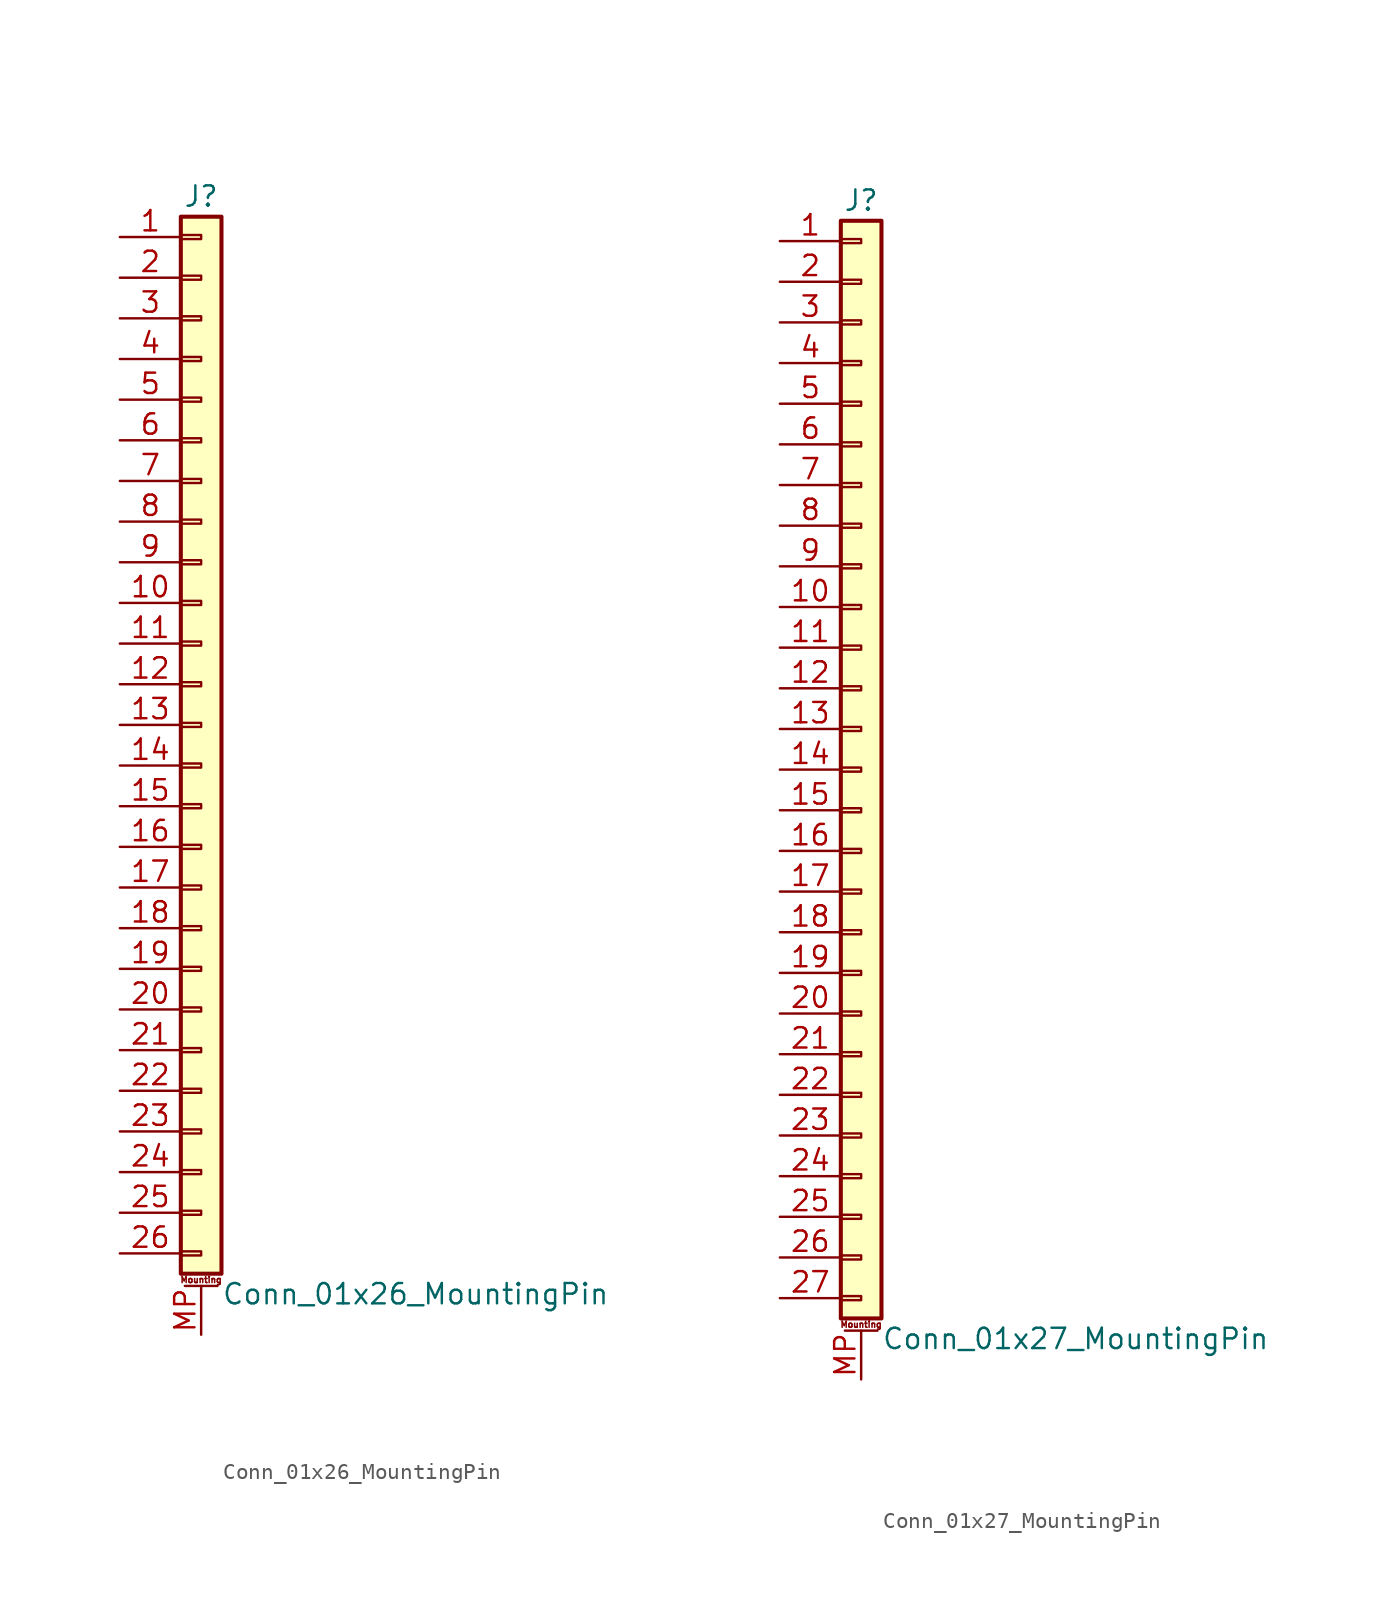
<source format=kicad_sym>
(kicad_symbol_lib
  (version 20201005)
  (generator kicad_symbol_editor)
  (symbol "Conn_01x26_MountingPin"
    (pin_names
      (offset 1.016) hide)
    (property "Reference" "J"
      (at 0 33.02 0)
      (effects (font (size 1.27 1.27))))
    (property "Value" "Conn_01x26_MountingPin"
      (at 1.27 -35.56 0)
      (effects (font (size 1.27 1.27)) (justify left)))
    (symbol "Conn_01x26_MountingPin_1_1"
      (text "Mounting" (at 0 -34.671 0) (effects (font (size 0.381 0.381))))
      (rectangle (start -1.27 -32.893) (end 0 -33.147) (stroke (width 0.152)) (fill (type none)))
      (rectangle (start -1.27 -30.353) (end 0 -30.607) (stroke (width 0.152)) (fill (type none)))
      (rectangle (start -1.27 -27.813) (end 0 -28.067) (stroke (width 0.152)) (fill (type none)))
      (rectangle (start -1.27 -25.273) (end 0 -25.527) (stroke (width 0.152)) (fill (type none)))
      (rectangle (start -1.27 -22.733) (end 0 -22.987) (stroke (width 0.152)) (fill (type none)))
      (rectangle (start -1.27 -20.193) (end 0 -20.447) (stroke (width 0.152)) (fill (type none)))
      (rectangle (start -1.27 -17.653) (end 0 -17.907) (stroke (width 0.152)) (fill (type none)))
      (rectangle (start -1.27 -15.113) (end 0 -15.367) (stroke (width 0.152)) (fill (type none)))
      (rectangle (start -1.27 -12.573) (end 0 -12.827) (stroke (width 0.152)) (fill (type none)))
      (rectangle (start -1.27 -10.033) (end 0 -10.287) (stroke (width 0.152)) (fill (type none)))
      (rectangle (start -1.27 -7.493) (end 0 -7.747) (stroke (width 0.152)) (fill (type none)))
      (rectangle (start -1.27 -4.953) (end 0 -5.207) (stroke (width 0.152)) (fill (type none)))
      (rectangle (start -1.27 -2.413) (end 0 -2.667) (stroke (width 0.152)) (fill (type none)))
      (rectangle (start -1.27 0.127) (end 0 -0.127) (stroke (width 0.152)) (fill (type none)))
      (rectangle (start -1.27 2.667) (end 0 2.413) (stroke (width 0.152)) (fill (type none)))
      (rectangle (start -1.27 5.207) (end 0 4.953) (stroke (width 0.152)) (fill (type none)))
      (rectangle (start -1.27 7.747) (end 0 7.493) (stroke (width 0.152)) (fill (type none)))
      (rectangle (start -1.27 10.287) (end 0 10.033) (stroke (width 0.152)) (fill (type none)))
      (rectangle (start -1.27 12.827) (end 0 12.573) (stroke (width 0.152)) (fill (type none)))
      (rectangle (start -1.27 15.367) (end 0 15.113) (stroke (width 0.152)) (fill (type none)))
      (rectangle (start -1.27 17.907) (end 0 17.653) (stroke (width 0.152)) (fill (type none)))
      (rectangle (start -1.27 20.447) (end 0 20.193) (stroke (width 0.152)) (fill (type none)))
      (rectangle (start -1.27 22.987) (end 0 22.733) (stroke (width 0.152)) (fill (type none)))
      (rectangle (start -1.27 25.527) (end 0 25.273) (stroke (width 0.152)) (fill (type none)))
      (rectangle (start -1.27 28.067) (end 0 27.813) (stroke (width 0.152)) (fill (type none)))
      (rectangle (start -1.27 30.607) (end 0 30.353) (stroke (width 0.152)) (fill (type none)))
      (rectangle (start -1.27 31.75) (end 1.27 -34.29) (stroke (width 0.254)) (fill (type background)))
      (polyline (pts (xy -1.016 -35.052) (xy 1.016 -35.052)) (stroke (width 0.152)) (fill (type none)))
      (pin passive line (at -5.08 30.48 0) (length 3.81) (name "Pin_1" (effects (font (size 1.27 1.27)))) (number "1" (effects (font (size 1.27 1.27)))))
      (pin passive line (at -5.08 7.62 0) (length 3.81) (name "Pin_10" (effects (font (size 1.27 1.27)))) (number "10" (effects (font (size 1.27 1.27)))))
      (pin passive line (at -5.08 5.08 0) (length 3.81) (name "Pin_11" (effects (font (size 1.27 1.27)))) (number "11" (effects (font (size 1.27 1.27)))))
      (pin passive line (at -5.08 2.54 0) (length 3.81) (name "Pin_12" (effects (font (size 1.27 1.27)))) (number "12" (effects (font (size 1.27 1.27)))))
      (pin passive line (at -5.08 0 0) (length 3.81) (name "Pin_13" (effects (font (size 1.27 1.27)))) (number "13" (effects (font (size 1.27 1.27)))))
      (pin passive line (at -5.08 -2.54 0) (length 3.81) (name "Pin_14" (effects (font (size 1.27 1.27)))) (number "14" (effects (font (size 1.27 1.27)))))
      (pin passive line (at -5.08 -5.08 0) (length 3.81) (name "Pin_15" (effects (font (size 1.27 1.27)))) (number "15" (effects (font (size 1.27 1.27)))))
      (pin passive line (at -5.08 -7.62 0) (length 3.81) (name "Pin_16" (effects (font (size 1.27 1.27)))) (number "16" (effects (font (size 1.27 1.27)))))
      (pin passive line (at -5.08 -10.16 0) (length 3.81) (name "Pin_17" (effects (font (size 1.27 1.27)))) (number "17" (effects (font (size 1.27 1.27)))))
      (pin passive line (at -5.08 -12.7 0) (length 3.81) (name "Pin_18" (effects (font (size 1.27 1.27)))) (number "18" (effects (font (size 1.27 1.27)))))
      (pin passive line (at -5.08 -15.24 0) (length 3.81) (name "Pin_19" (effects (font (size 1.27 1.27)))) (number "19" (effects (font (size 1.27 1.27)))))
      (pin passive line (at -5.08 27.94 0) (length 3.81) (name "Pin_2" (effects (font (size 1.27 1.27)))) (number "2" (effects (font (size 1.27 1.27)))))
      (pin passive line (at -5.08 -17.78 0) (length 3.81) (name "Pin_20" (effects (font (size 1.27 1.27)))) (number "20" (effects (font (size 1.27 1.27)))))
      (pin passive line (at -5.08 -20.32 0) (length 3.81) (name "Pin_21" (effects (font (size 1.27 1.27)))) (number "21" (effects (font (size 1.27 1.27)))))
      (pin passive line (at -5.08 -22.86 0) (length 3.81) (name "Pin_22" (effects (font (size 1.27 1.27)))) (number "22" (effects (font (size 1.27 1.27)))))
      (pin passive line (at -5.08 -25.4 0) (length 3.81) (name "Pin_23" (effects (font (size 1.27 1.27)))) (number "23" (effects (font (size 1.27 1.27)))))
      (pin passive line (at -5.08 -27.94 0) (length 3.81) (name "Pin_24" (effects (font (size 1.27 1.27)))) (number "24" (effects (font (size 1.27 1.27)))))
      (pin passive line (at -5.08 -30.48 0) (length 3.81) (name "Pin_25" (effects (font (size 1.27 1.27)))) (number "25" (effects (font (size 1.27 1.27)))))
      (pin passive line (at -5.08 -33.02 0) (length 3.81) (name "Pin_26" (effects (font (size 1.27 1.27)))) (number "26" (effects (font (size 1.27 1.27)))))
      (pin passive line (at -5.08 25.4 0) (length 3.81) (name "Pin_3" (effects (font (size 1.27 1.27)))) (number "3" (effects (font (size 1.27 1.27)))))
      (pin passive line (at -5.08 22.86 0) (length 3.81) (name "Pin_4" (effects (font (size 1.27 1.27)))) (number "4" (effects (font (size 1.27 1.27)))))
      (pin passive line (at -5.08 20.32 0) (length 3.81) (name "Pin_5" (effects (font (size 1.27 1.27)))) (number "5" (effects (font (size 1.27 1.27)))))
      (pin passive line (at -5.08 17.78 0) (length 3.81) (name "Pin_6" (effects (font (size 1.27 1.27)))) (number "6" (effects (font (size 1.27 1.27)))))
      (pin passive line (at -5.08 15.24 0) (length 3.81) (name "Pin_7" (effects (font (size 1.27 1.27)))) (number "7" (effects (font (size 1.27 1.27)))))
      (pin passive line (at -5.08 12.7 0) (length 3.81) (name "Pin_8" (effects (font (size 1.27 1.27)))) (number "8" (effects (font (size 1.27 1.27)))))
      (pin passive line (at -5.08 10.16 0) (length 3.81) (name "Pin_9" (effects (font (size 1.27 1.27)))) (number "9" (effects (font (size 1.27 1.27)))))
      (pin passive line (at 0 -38.1 90) (length 3.048) (name "MountPin" (effects (font (size 1.27 1.27)))) (number "MP" (effects (font (size 1.27 1.27)))))))
  (symbol "Conn_01x27_MountingPin"
    (pin_names
      (offset 1.016) hide)
    (property "Reference" "J"
      (at 0 35.56 0)
      (effects (font (size 1.27 1.27))))
    (property "Value" "Conn_01x27_MountingPin"
      (at 1.27 -35.56 0)
      (effects (font (size 1.27 1.27)) (justify left)))
    (symbol "Conn_01x27_MountingPin_1_1"
      (text "Mounting" (at 0 -34.671 0) (effects (font (size 0.381 0.381))))
      (rectangle (start -1.27 -32.893) (end 0 -33.147) (stroke (width 0.152)) (fill (type none)))
      (rectangle (start -1.27 -30.353) (end 0 -30.607) (stroke (width 0.152)) (fill (type none)))
      (rectangle (start -1.27 -27.813) (end 0 -28.067) (stroke (width 0.152)) (fill (type none)))
      (rectangle (start -1.27 -25.273) (end 0 -25.527) (stroke (width 0.152)) (fill (type none)))
      (rectangle (start -1.27 -22.733) (end 0 -22.987) (stroke (width 0.152)) (fill (type none)))
      (rectangle (start -1.27 -20.193) (end 0 -20.447) (stroke (width 0.152)) (fill (type none)))
      (rectangle (start -1.27 -17.653) (end 0 -17.907) (stroke (width 0.152)) (fill (type none)))
      (rectangle (start -1.27 -15.113) (end 0 -15.367) (stroke (width 0.152)) (fill (type none)))
      (rectangle (start -1.27 -12.573) (end 0 -12.827) (stroke (width 0.152)) (fill (type none)))
      (rectangle (start -1.27 -10.033) (end 0 -10.287) (stroke (width 0.152)) (fill (type none)))
      (rectangle (start -1.27 -7.493) (end 0 -7.747) (stroke (width 0.152)) (fill (type none)))
      (rectangle (start -1.27 -4.953) (end 0 -5.207) (stroke (width 0.152)) (fill (type none)))
      (rectangle (start -1.27 -2.413) (end 0 -2.667) (stroke (width 0.152)) (fill (type none)))
      (rectangle (start -1.27 0.127) (end 0 -0.127) (stroke (width 0.152)) (fill (type none)))
      (rectangle (start -1.27 2.667) (end 0 2.413) (stroke (width 0.152)) (fill (type none)))
      (rectangle (start -1.27 5.207) (end 0 4.953) (stroke (width 0.152)) (fill (type none)))
      (rectangle (start -1.27 7.747) (end 0 7.493) (stroke (width 0.152)) (fill (type none)))
      (rectangle (start -1.27 10.287) (end 0 10.033) (stroke (width 0.152)) (fill (type none)))
      (rectangle (start -1.27 12.827) (end 0 12.573) (stroke (width 0.152)) (fill (type none)))
      (rectangle (start -1.27 15.367) (end 0 15.113) (stroke (width 0.152)) (fill (type none)))
      (rectangle (start -1.27 17.907) (end 0 17.653) (stroke (width 0.152)) (fill (type none)))
      (rectangle (start -1.27 20.447) (end 0 20.193) (stroke (width 0.152)) (fill (type none)))
      (rectangle (start -1.27 22.987) (end 0 22.733) (stroke (width 0.152)) (fill (type none)))
      (rectangle (start -1.27 25.527) (end 0 25.273) (stroke (width 0.152)) (fill (type none)))
      (rectangle (start -1.27 28.067) (end 0 27.813) (stroke (width 0.152)) (fill (type none)))
      (rectangle (start -1.27 30.607) (end 0 30.353) (stroke (width 0.152)) (fill (type none)))
      (rectangle (start -1.27 33.147) (end 0 32.893) (stroke (width 0.152)) (fill (type none)))
      (rectangle (start -1.27 34.29) (end 1.27 -34.29) (stroke (width 0.254)) (fill (type background)))
      (polyline (pts (xy -1.016 -35.052) (xy 1.016 -35.052)) (stroke (width 0.152)) (fill (type none)))
      (pin passive line (at -5.08 33.02 0) (length 3.81) (name "Pin_1" (effects (font (size 1.27 1.27)))) (number "1" (effects (font (size 1.27 1.27)))))
      (pin passive line (at -5.08 10.16 0) (length 3.81) (name "Pin_10" (effects (font (size 1.27 1.27)))) (number "10" (effects (font (size 1.27 1.27)))))
      (pin passive line (at -5.08 7.62 0) (length 3.81) (name "Pin_11" (effects (font (size 1.27 1.27)))) (number "11" (effects (font (size 1.27 1.27)))))
      (pin passive line (at -5.08 5.08 0) (length 3.81) (name "Pin_12" (effects (font (size 1.27 1.27)))) (number "12" (effects (font (size 1.27 1.27)))))
      (pin passive line (at -5.08 2.54 0) (length 3.81) (name "Pin_13" (effects (font (size 1.27 1.27)))) (number "13" (effects (font (size 1.27 1.27)))))
      (pin passive line (at -5.08 0 0) (length 3.81) (name "Pin_14" (effects (font (size 1.27 1.27)))) (number "14" (effects (font (size 1.27 1.27)))))
      (pin passive line (at -5.08 -2.54 0) (length 3.81) (name "Pin_15" (effects (font (size 1.27 1.27)))) (number "15" (effects (font (size 1.27 1.27)))))
      (pin passive line (at -5.08 -5.08 0) (length 3.81) (name "Pin_16" (effects (font (size 1.27 1.27)))) (number "16" (effects (font (size 1.27 1.27)))))
      (pin passive line (at -5.08 -7.62 0) (length 3.81) (name "Pin_17" (effects (font (size 1.27 1.27)))) (number "17" (effects (font (size 1.27 1.27)))))
      (pin passive line (at -5.08 -10.16 0) (length 3.81) (name "Pin_18" (effects (font (size 1.27 1.27)))) (number "18" (effects (font (size 1.27 1.27)))))
      (pin passive line (at -5.08 -12.7 0) (length 3.81) (name "Pin_19" (effects (font (size 1.27 1.27)))) (number "19" (effects (font (size 1.27 1.27)))))
      (pin passive line (at -5.08 30.48 0) (length 3.81) (name "Pin_2" (effects (font (size 1.27 1.27)))) (number "2" (effects (font (size 1.27 1.27)))))
      (pin passive line (at -5.08 -15.24 0) (length 3.81) (name "Pin_20" (effects (font (size 1.27 1.27)))) (number "20" (effects (font (size 1.27 1.27)))))
      (pin passive line (at -5.08 -17.78 0) (length 3.81) (name "Pin_21" (effects (font (size 1.27 1.27)))) (number "21" (effects (font (size 1.27 1.27)))))
      (pin passive line (at -5.08 -20.32 0) (length 3.81) (name "Pin_22" (effects (font (size 1.27 1.27)))) (number "22" (effects (font (size 1.27 1.27)))))
      (pin passive line (at -5.08 -22.86 0) (length 3.81) (name "Pin_23" (effects (font (size 1.27 1.27)))) (number "23" (effects (font (size 1.27 1.27)))))
      (pin passive line (at -5.08 -25.4 0) (length 3.81) (name "Pin_24" (effects (font (size 1.27 1.27)))) (number "24" (effects (font (size 1.27 1.27)))))
      (pin passive line (at -5.08 -27.94 0) (length 3.81) (name "Pin_25" (effects (font (size 1.27 1.27)))) (number "25" (effects (font (size 1.27 1.27)))))
      (pin passive line (at -5.08 -30.48 0) (length 3.81) (name "Pin_26" (effects (font (size 1.27 1.27)))) (number "26" (effects (font (size 1.27 1.27)))))
      (pin passive line (at -5.08 -33.02 0) (length 3.81) (name "Pin_27" (effects (font (size 1.27 1.27)))) (number "27" (effects (font (size 1.27 1.27)))))
      (pin passive line (at -5.08 27.94 0) (length 3.81) (name "Pin_3" (effects (font (size 1.27 1.27)))) (number "3" (effects (font (size 1.27 1.27)))))
      (pin passive line (at -5.08 25.4 0) (length 3.81) (name "Pin_4" (effects (font (size 1.27 1.27)))) (number "4" (effects (font (size 1.27 1.27)))))
      (pin passive line (at -5.08 22.86 0) (length 3.81) (name "Pin_5" (effects (font (size 1.27 1.27)))) (number "5" (effects (font (size 1.27 1.27)))))
      (pin passive line (at -5.08 20.32 0) (length 3.81) (name "Pin_6" (effects (font (size 1.27 1.27)))) (number "6" (effects (font (size 1.27 1.27)))))
      (pin passive line (at -5.08 17.78 0) (length 3.81) (name "Pin_7" (effects (font (size 1.27 1.27)))) (number "7" (effects (font (size 1.27 1.27)))))
      (pin passive line (at -5.08 15.24 0) (length 3.81) (name "Pin_8" (effects (font (size 1.27 1.27)))) (number "8" (effects (font (size 1.27 1.27)))))
      (pin passive line (at -5.08 12.7 0) (length 3.81) (name "Pin_9" (effects (font (size 1.27 1.27)))) (number "9" (effects (font (size 1.27 1.27)))))
      (pin passive line (at 0 -38.1 90) (length 3.048) (name "MountPin" (effects (font (size 1.27 1.27)))) (number "MP" (effects (font (size 1.27 1.27))))))))
</source>
